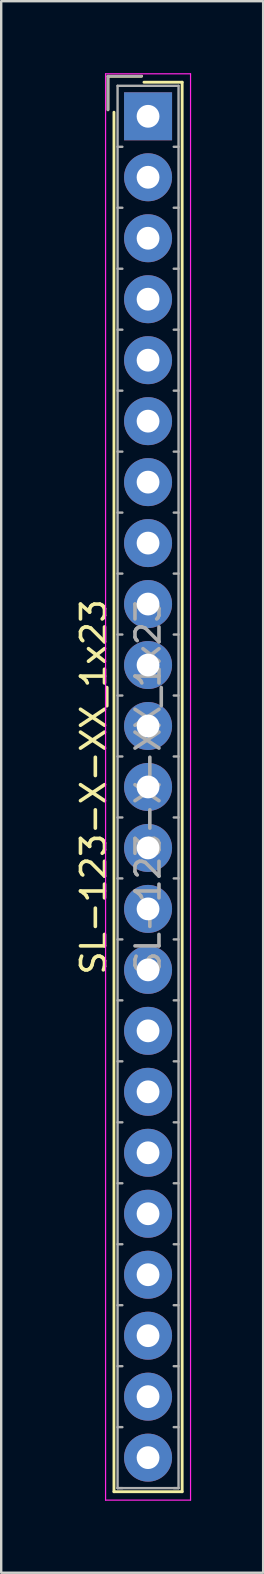
<source format=kicad_pcb>
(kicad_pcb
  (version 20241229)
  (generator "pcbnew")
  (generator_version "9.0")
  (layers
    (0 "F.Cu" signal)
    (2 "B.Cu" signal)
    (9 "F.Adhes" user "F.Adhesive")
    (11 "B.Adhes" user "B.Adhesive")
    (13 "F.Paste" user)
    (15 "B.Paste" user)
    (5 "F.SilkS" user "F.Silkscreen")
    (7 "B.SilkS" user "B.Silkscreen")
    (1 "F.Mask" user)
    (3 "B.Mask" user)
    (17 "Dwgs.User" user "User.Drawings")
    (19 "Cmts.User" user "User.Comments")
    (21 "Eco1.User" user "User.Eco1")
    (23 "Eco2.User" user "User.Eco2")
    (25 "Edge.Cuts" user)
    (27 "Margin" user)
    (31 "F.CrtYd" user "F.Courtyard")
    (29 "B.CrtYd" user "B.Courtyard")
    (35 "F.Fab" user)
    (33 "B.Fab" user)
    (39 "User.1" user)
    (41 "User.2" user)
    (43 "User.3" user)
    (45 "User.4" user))
  (footprint "SL-123-X-XX_1x23"
    (layer "F.Cu")
    (at 3.118 1.795)
    (property "Reference" "SL-123-X-XX_1x23" (at -2.27 27.94 90) (layer "F.SilkS") (effects (font (size 1 1) (thickness 0.15))))
    (attr through_hole)
    (fp_line (start -1.67 -1.67) (end -1.67 -0.27) (stroke (width 0.12) (type solid)) (layer "F.SilkS"))
    (fp_line (start -1.42 57.3) (end -1.42 -0.17) (stroke (width 0.12) (type solid)) (layer "F.SilkS"))
    (fp_line (start -0.27 -1.67) (end -1.67 -1.67) (stroke (width 0.12) (type solid)) (layer "F.SilkS"))
    (fp_line (start -0.17 -1.42) (end 1.42 -1.42) (stroke (width 0.12) (type solid)) (layer "F.SilkS"))
    (fp_line (start 1.42 -1.42) (end 1.42 57.3) (stroke (width 0.12) (type solid)) (layer "F.SilkS"))
    (fp_line (start 1.42 57.3) (end -1.42 57.3) (stroke (width 0.12) (type solid)) (layer "F.SilkS"))
    (fp_line (start -1.77 -1.77) (end -1.77 57.65) (stroke (width 0.05) (type solid)) (layer "F.CrtYd"))
    (fp_line (start -1.77 57.65) (end 1.77 57.65) (stroke (width 0.05) (type solid)) (layer "F.CrtYd"))
    (fp_line (start 1.77 -1.77) (end -1.77 -1.77) (stroke (width 0.05) (type solid)) (layer "F.CrtYd"))
    (fp_line (start 1.77 57.65) (end 1.77 -1.77) (stroke (width 0.05) (type solid)) (layer "F.CrtYd"))
    (fp_line (start -1.67 -1.67) (end -1.67 -0.27) (stroke (width 0.1) (type solid)) (layer "F.Fab"))
    (fp_line (start -1.27 -1.27) (end -1.27 57.15) (stroke (width 0.1) (type solid)) (layer "F.Fab"))
    (fp_line (start -1.27 1.27) (end -1.07 1.27) (stroke (width 0.1) (type solid)) (layer "F.Fab"))
    (fp_line (start -1.27 3.81) (end -1.07 3.81) (stroke (width 0.1) (type solid)) (layer "F.Fab"))
    (fp_line (start -1.27 6.35) (end -1.07 6.35) (stroke (width 0.1) (type solid)) (layer "F.Fab"))
    (fp_line (start -1.27 8.89) (end -1.07 8.89) (stroke (width 0.1) (type solid)) (layer "F.Fab"))
    (fp_line (start -1.27 11.43) (end -1.07 11.43) (stroke (width 0.1) (type solid)) (layer "F.Fab"))
    (fp_line (start -1.27 13.97) (end -1.07 13.97) (stroke (width 0.1) (type solid)) (layer "F.Fab"))
    (fp_line (start -1.27 16.51) (end -1.07 16.51) (stroke (width 0.1) (type solid)) (layer "F.Fab"))
    (fp_line (start -1.27 19.05) (end -1.07 19.05) (stroke (width 0.1) (type solid)) (layer "F.Fab"))
    (fp_line (start -1.27 21.59) (end -1.07 21.59) (stroke (width 0.1) (type solid)) (layer "F.Fab"))
    (fp_line (start -1.27 24.13) (end -1.07 24.13) (stroke (width 0.1) (type solid)) (layer "F.Fab"))
    (fp_line (start -1.27 26.67) (end -1.07 26.67) (stroke (width 0.1) (type solid)) (layer "F.Fab"))
    (fp_line (start -1.27 29.21) (end -1.07 29.21) (stroke (width 0.1) (type solid)) (layer "F.Fab"))
    (fp_line (start -1.27 31.75) (end -1.07 31.75) (stroke (width 0.1) (type solid)) (layer "F.Fab"))
    (fp_line (start -1.27 34.29) (end -1.07 34.29) (stroke (width 0.1) (type solid)) (layer "F.Fab"))
    (fp_line (start -1.27 36.83) (end -1.07 36.83) (stroke (width 0.1) (type solid)) (layer "F.Fab"))
    (fp_line (start -1.27 39.37) (end -1.07 39.37) (stroke (width 0.1) (type solid)) (layer "F.Fab"))
    (fp_line (start -1.27 41.91) (end -1.07 41.91) (stroke (width 0.1) (type solid)) (layer "F.Fab"))
    (fp_line (start -1.27 44.45) (end -1.07 44.45) (stroke (width 0.1) (type solid)) (layer "F.Fab"))
    (fp_line (start -1.27 46.99) (end -1.07 46.99) (stroke (width 0.1) (type solid)) (layer "F.Fab"))
    (fp_line (start -1.27 49.53) (end -1.07 49.53) (stroke (width 0.1) (type solid)) (layer "F.Fab"))
    (fp_line (start -1.27 52.07) (end -1.07 52.07) (stroke (width 0.1) (type solid)) (layer "F.Fab"))
    (fp_line (start -1.27 54.61) (end -1.07 54.61) (stroke (width 0.1) (type solid)) (layer "F.Fab"))
    (fp_line (start -1.27 57.15) (end -1.07 57.15) (stroke (width 0.1) (type solid)) (layer "F.Fab"))
    (fp_line (start -1.27 57.15) (end 1.27 57.15) (stroke (width 0.1) (type solid)) (layer "F.Fab"))
    (fp_line (start -0.27 -1.67) (end -1.67 -1.67) (stroke (width 0.1) (type solid)) (layer "F.Fab"))
    (fp_line (start 1.27 -1.27) (end -1.27 -1.27) (stroke (width 0.1) (type solid)) (layer "F.Fab"))
    (fp_line (start 1.27 1.27) (end 1.07 1.27) (stroke (width 0.1) (type solid)) (layer "F.Fab"))
    (fp_line (start 1.27 3.81) (end 1.07 3.81) (stroke (width 0.1) (type solid)) (layer "F.Fab"))
    (fp_line (start 1.27 6.35) (end 1.07 6.35) (stroke (width 0.1) (type solid)) (layer "F.Fab"))
    (fp_line (start 1.27 8.89) (end 1.07 8.89) (stroke (width 0.1) (type solid)) (layer "F.Fab"))
    (fp_line (start 1.27 11.43) (end 1.07 11.43) (stroke (width 0.1) (type solid)) (layer "F.Fab"))
    (fp_line (start 1.27 13.97) (end 1.07 13.97) (stroke (width 0.1) (type solid)) (layer "F.Fab"))
    (fp_line (start 1.27 16.51) (end 1.07 16.51) (stroke (width 0.1) (type solid)) (layer "F.Fab"))
    (fp_line (start 1.27 19.05) (end 1.07 19.05) (stroke (width 0.1) (type solid)) (layer "F.Fab"))
    (fp_line (start 1.27 21.59) (end 1.07 21.59) (stroke (width 0.1) (type solid)) (layer "F.Fab"))
    (fp_line (start 1.27 24.13) (end 1.07 24.13) (stroke (width 0.1) (type solid)) (layer "F.Fab"))
    (fp_line (start 1.27 26.67) (end 1.07 26.67) (stroke (width 0.1) (type solid)) (layer "F.Fab"))
    (fp_line (start 1.27 29.21) (end 1.07 29.21) (stroke (width 0.1) (type solid)) (layer "F.Fab"))
    (fp_line (start 1.27 31.75) (end 1.07 31.75) (stroke (width 0.1) (type solid)) (layer "F.Fab"))
    (fp_line (start 1.27 34.29) (end 1.07 34.29) (stroke (width 0.1) (type solid)) (layer "F.Fab"))
    (fp_line (start 1.27 36.83) (end 1.07 36.83) (stroke (width 0.1) (type solid)) (layer "F.Fab"))
    (fp_line (start 1.27 39.37) (end 1.07 39.37) (stroke (width 0.1) (type solid)) (layer "F.Fab"))
    (fp_line (start 1.27 41.91) (end 1.07 41.91) (stroke (width 0.1) (type solid)) (layer "F.Fab"))
    (fp_line (start 1.27 44.45) (end 1.07 44.45) (stroke (width 0.1) (type solid)) (layer "F.Fab"))
    (fp_line (start 1.27 46.99) (end 1.07 46.99) (stroke (width 0.1) (type solid)) (layer "F.Fab"))
    (fp_line (start 1.27 49.53) (end 1.07 49.53) (stroke (width 0.1) (type solid)) (layer "F.Fab"))
    (fp_line (start 1.27 52.07) (end 1.07 52.07) (stroke (width 0.1) (type solid)) (layer "F.Fab"))
    (fp_line (start 1.27 54.61) (end 1.07 54.61) (stroke (width 0.1) (type solid)) (layer "F.Fab"))
    (fp_line (start 1.27 57.15) (end 1.07 57.15) (stroke (width 0.1) (type solid)) (layer "F.Fab"))
    (fp_line (start 1.27 57.15) (end 1.27 -1.27) (stroke (width 0.1) (type solid)) (layer "F.Fab"))
    (fp_text user "${REFERENCE}" (at 0 27.94 90) (layer "F.Fab") (effects (font (size 1 1) (thickness 0.15))))
    (pad "1" thru_hole rect (at 0 0) (size 2 2) (drill 0.95) (layers "*.Cu" "*.Mask"))
    (pad "2" thru_hole circle (at 0 2.54) (size 2 2) (drill 0.95) (layers "*.Cu" "*.Mask"))
    (pad "3" thru_hole circle (at 0 5.08) (size 2 2) (drill 0.95) (layers "*.Cu" "*.Mask"))
    (pad "4" thru_hole circle (at 0 7.62) (size 2 2) (drill 0.95) (layers "*.Cu" "*.Mask"))
    (pad "5" thru_hole circle (at 0 10.16) (size 2 2) (drill 0.95) (layers "*.Cu" "*.Mask"))
    (pad "6" thru_hole circle (at 0 12.7) (size 2 2) (drill 0.95) (layers "*.Cu" "*.Mask"))
    (pad "7" thru_hole circle (at 0 15.24) (size 2 2) (drill 0.95) (layers "*.Cu" "*.Mask"))
    (pad "8" thru_hole circle (at 0 17.78) (size 2 2) (drill 0.95) (layers "*.Cu" "*.Mask"))
    (pad "9" thru_hole circle (at 0 20.32) (size 2 2) (drill 0.95) (layers "*.Cu" "*.Mask"))
    (pad "10" thru_hole circle (at 0 22.86) (size 2 2) (drill 0.95) (layers "*.Cu" "*.Mask"))
    (pad "11" thru_hole circle (at 0 25.4) (size 2 2) (drill 0.95) (layers "*.Cu" "*.Mask"))
    (pad "12" thru_hole circle (at 0 27.94) (size 2 2) (drill 0.95) (layers "*.Cu" "*.Mask"))
    (pad "13" thru_hole circle (at 0 30.48) (size 2 2) (drill 0.95) (layers "*.Cu" "*.Mask"))
    (pad "14" thru_hole circle (at 0 33.02) (size 2 2) (drill 0.95) (layers "*.Cu" "*.Mask"))
    (pad "15" thru_hole circle (at 0 35.56) (size 2 2) (drill 0.95) (layers "*.Cu" "*.Mask"))
    (pad "16" thru_hole circle (at 0 38.1) (size 2 2) (drill 0.95) (layers "*.Cu" "*.Mask"))
    (pad "17" thru_hole circle (at 0 40.64) (size 2 2) (drill 0.95) (layers "*.Cu" "*.Mask"))
    (pad "18" thru_hole circle (at 0 43.18) (size 2 2) (drill 0.95) (layers "*.Cu" "*.Mask"))
    (pad "19" thru_hole circle (at 0 45.72) (size 2 2) (drill 0.95) (layers "*.Cu" "*.Mask"))
    (pad "20" thru_hole circle (at 0 48.26) (size 2 2) (drill 0.95) (layers "*.Cu" "*.Mask"))
    (pad "21" thru_hole circle (at 0 50.8) (size 2 2) (drill 0.95) (layers "*.Cu" "*.Mask"))
    (pad "22" thru_hole circle (at 0 53.34) (size 2 2) (drill 0.95) (layers "*.Cu" "*.Mask"))
    (pad "23" thru_hole circle (at 0 55.88) (size 2 2) (drill 0.95) (layers "*.Cu" "*.Mask")))
  (gr_rect
    (start -3 -3)
    (end 7.913 62.47)
    (stroke (width 0.1) (type default))
    (fill no)
    (layer "Edge.Cuts")))
</source>
